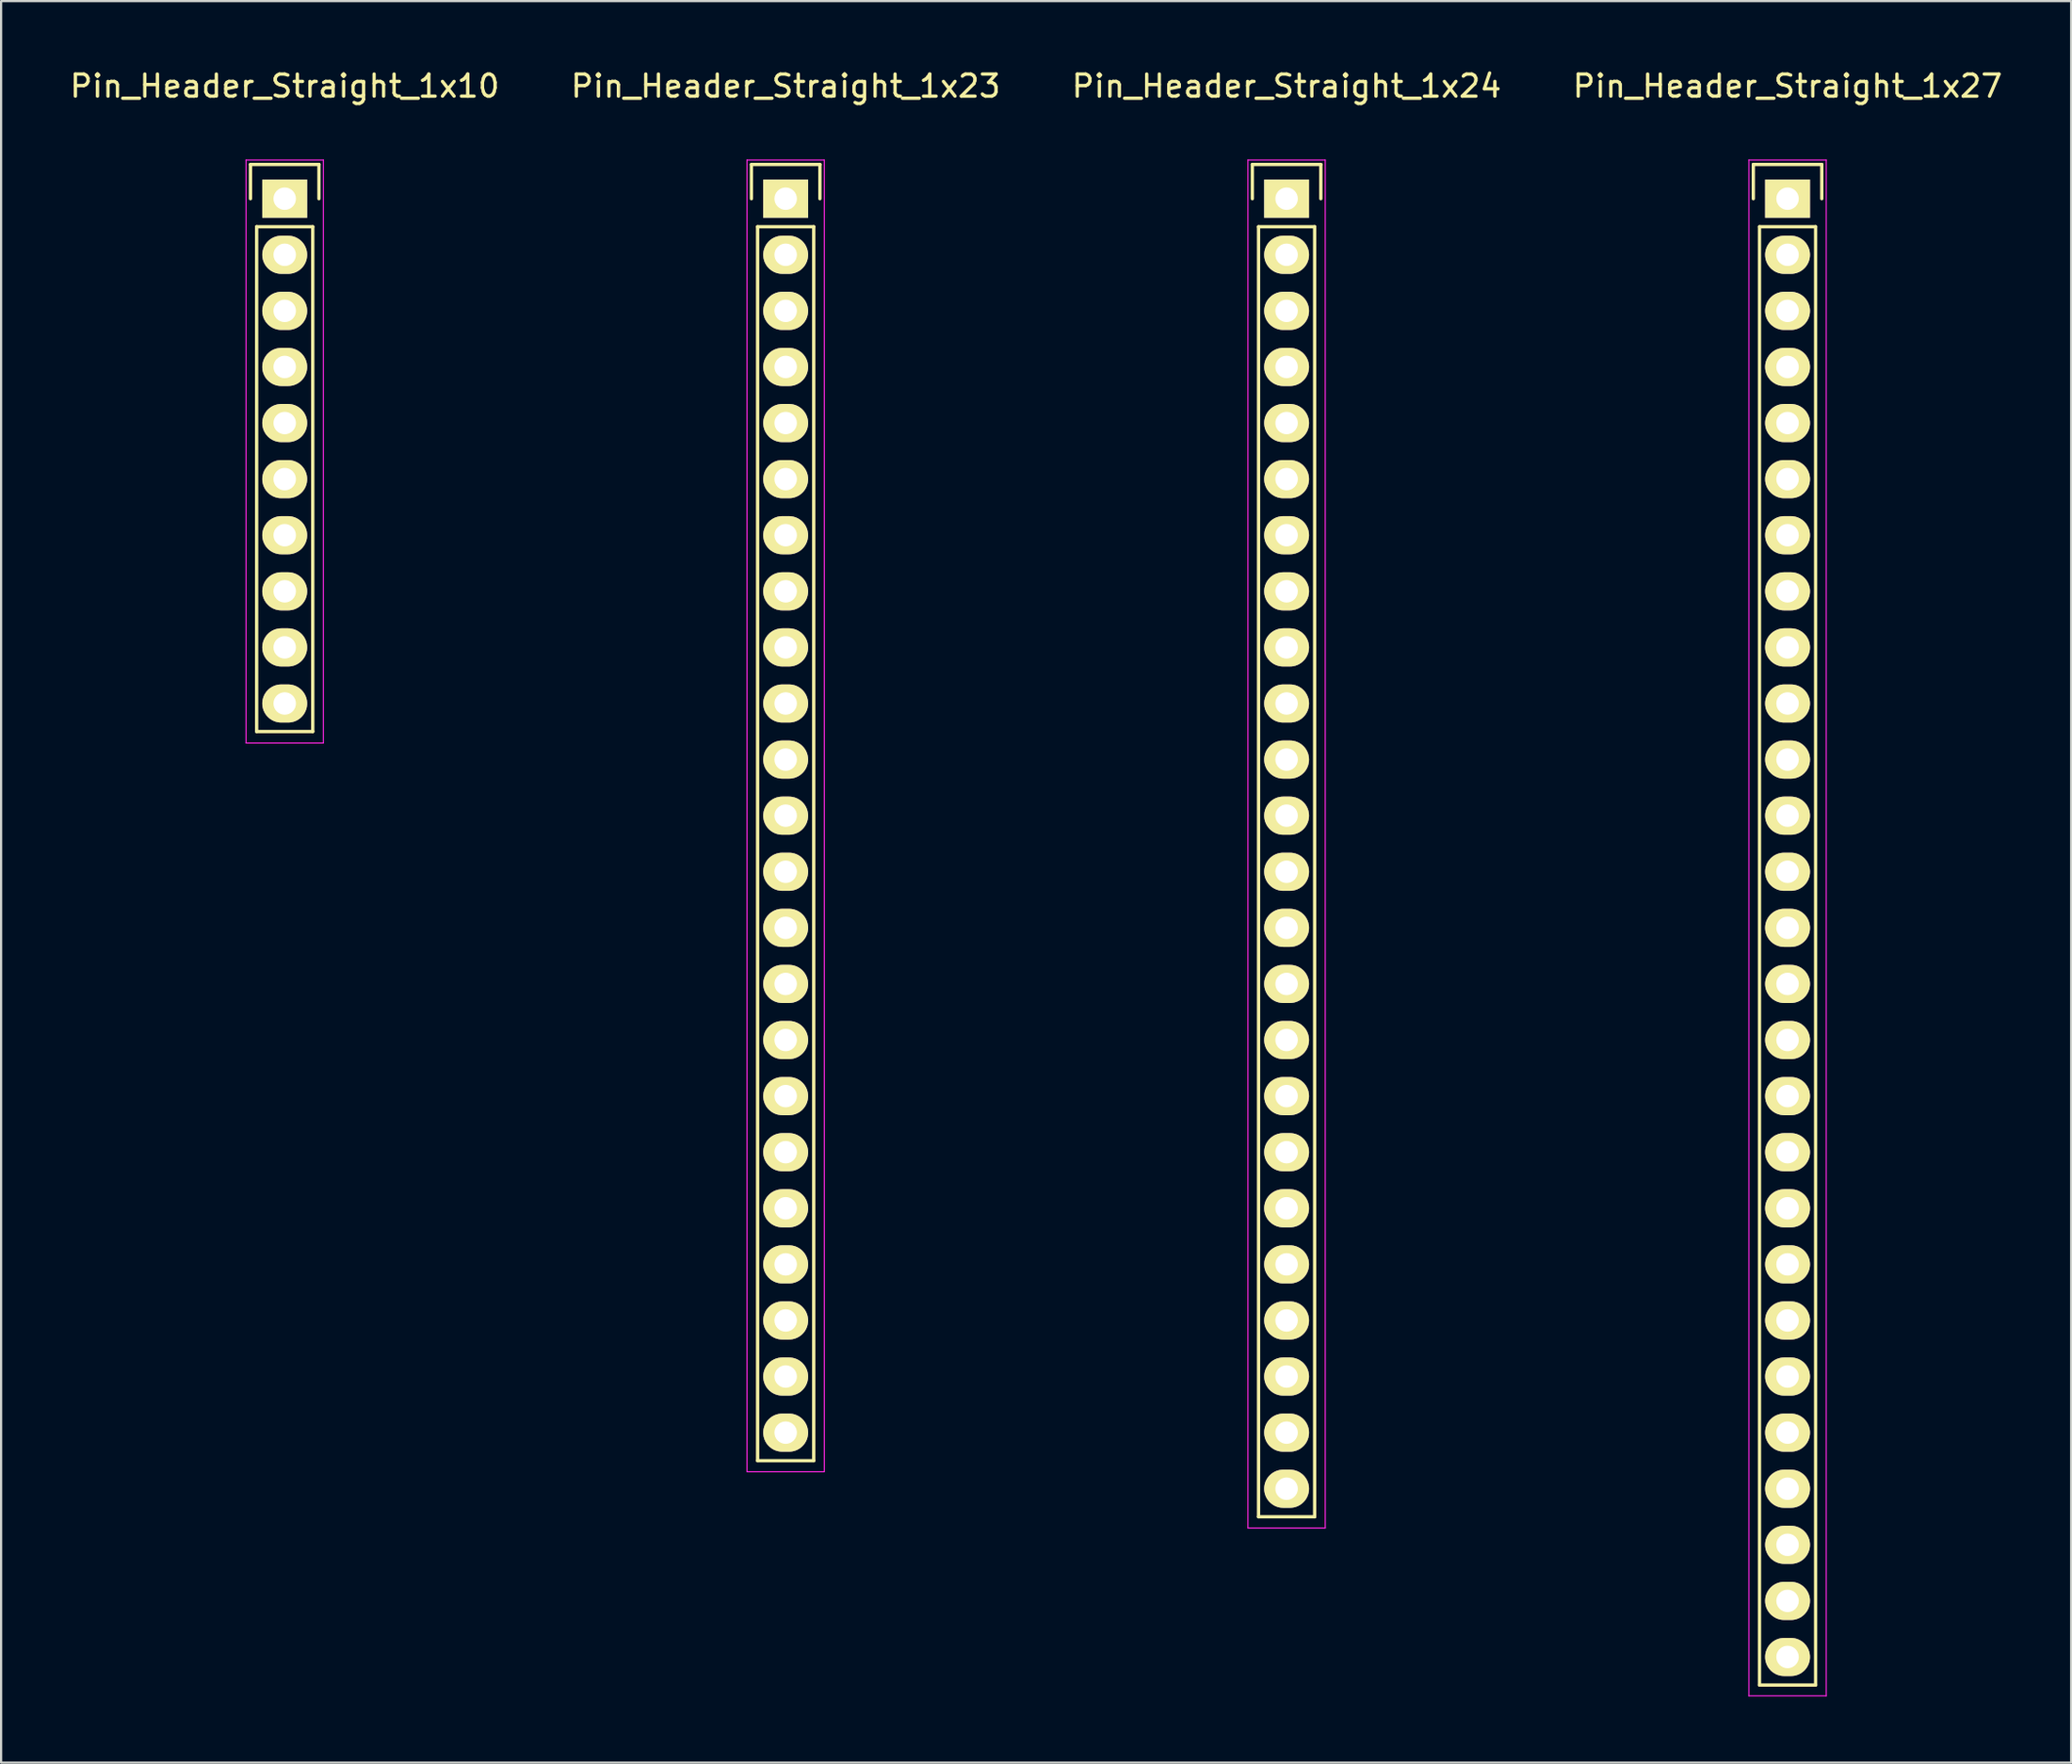
<source format=kicad_pcb>
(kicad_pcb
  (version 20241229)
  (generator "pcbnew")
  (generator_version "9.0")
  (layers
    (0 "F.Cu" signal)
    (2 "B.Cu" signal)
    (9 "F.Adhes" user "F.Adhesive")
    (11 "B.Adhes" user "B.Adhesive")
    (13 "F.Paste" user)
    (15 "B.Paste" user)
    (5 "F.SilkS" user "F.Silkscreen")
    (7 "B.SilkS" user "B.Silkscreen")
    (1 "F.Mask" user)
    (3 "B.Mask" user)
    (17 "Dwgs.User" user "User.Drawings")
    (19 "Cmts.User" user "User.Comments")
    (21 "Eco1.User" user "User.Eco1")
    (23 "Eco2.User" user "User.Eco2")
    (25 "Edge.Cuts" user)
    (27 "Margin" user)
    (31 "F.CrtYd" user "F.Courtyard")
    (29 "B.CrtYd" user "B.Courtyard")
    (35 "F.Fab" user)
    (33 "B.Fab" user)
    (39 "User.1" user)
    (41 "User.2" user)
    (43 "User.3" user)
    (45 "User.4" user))
  (footprint "Pin_Header_Straight_1x23"
    (layer "F.Cu")
    (at 32.518 5.948)
    (property "Reference" "Pin_Header_Straight_1x23" (at 0 -5.1 0) (layer "F.SilkS") (effects (font (size 1 1) (thickness 0.15))))
    (attr through_hole)
    (fp_line (start -1.55 -1.55) (end 1.55 -1.55) (stroke (width 0.15) (type solid)) (layer "F.SilkS"))
    (fp_line (start -1.55 0) (end -1.55 -1.55) (stroke (width 0.15) (type solid)) (layer "F.SilkS"))
    (fp_line (start -1.27 1.27) (end -1.27 57.15) (stroke (width 0.15) (type solid)) (layer "F.SilkS"))
    (fp_line (start -1.27 57.15) (end 1.27 57.15) (stroke (width 0.15) (type solid)) (layer "F.SilkS"))
    (fp_line (start 1.27 1.27) (end -1.27 1.27) (stroke (width 0.15) (type solid)) (layer "F.SilkS"))
    (fp_line (start 1.27 57.15) (end 1.27 1.27) (stroke (width 0.15) (type solid)) (layer "F.SilkS"))
    (fp_line (start 1.55 -1.55) (end 1.55 0) (stroke (width 0.15) (type solid)) (layer "F.SilkS"))
    (fp_line (start -1.75 -1.75) (end -1.75 57.65) (stroke (width 0.05) (type solid)) (layer "F.CrtYd"))
    (fp_line (start -1.75 -1.75) (end 1.75 -1.75) (stroke (width 0.05) (type solid)) (layer "F.CrtYd"))
    (fp_line (start -1.75 57.65) (end 1.75 57.65) (stroke (width 0.05) (type solid)) (layer "F.CrtYd"))
    (fp_line (start 1.75 -1.75) (end 1.75 57.65) (stroke (width 0.05) (type solid)) (layer "F.CrtYd"))
    (pad "1" thru_hole rect (at 0 0) (size 2.032 1.727) (drill 1.016) (layers "*.Cu" "*.Mask" "F.SilkS"))
    (pad "2" thru_hole oval (at 0 2.54) (size 2.032 1.727) (drill 1.016) (layers "*.Cu" "*.Mask" "F.SilkS"))
    (pad "3" thru_hole oval (at 0 5.08) (size 2.032 1.727) (drill 1.016) (layers "*.Cu" "*.Mask" "F.SilkS"))
    (pad "4" thru_hole oval (at 0 7.62) (size 2.032 1.727) (drill 1.016) (layers "*.Cu" "*.Mask" "F.SilkS"))
    (pad "5" thru_hole oval (at 0 10.16) (size 2.032 1.727) (drill 1.016) (layers "*.Cu" "*.Mask" "F.SilkS"))
    (pad "6" thru_hole oval (at 0 12.7) (size 2.032 1.727) (drill 1.016) (layers "*.Cu" "*.Mask" "F.SilkS"))
    (pad "7" thru_hole oval (at 0 15.24) (size 2.032 1.727) (drill 1.016) (layers "*.Cu" "*.Mask" "F.SilkS"))
    (pad "8" thru_hole oval (at 0 17.78) (size 2.032 1.727) (drill 1.016) (layers "*.Cu" "*.Mask" "F.SilkS"))
    (pad "9" thru_hole oval (at 0 20.32) (size 2.032 1.727) (drill 1.016) (layers "*.Cu" "*.Mask" "F.SilkS"))
    (pad "10" thru_hole oval (at 0 22.86) (size 2.032 1.727) (drill 1.016) (layers "*.Cu" "*.Mask" "F.SilkS"))
    (pad "11" thru_hole oval (at 0 25.4) (size 2.032 1.727) (drill 1.016) (layers "*.Cu" "*.Mask" "F.SilkS"))
    (pad "12" thru_hole oval (at 0 27.94) (size 2.032 1.727) (drill 1.016) (layers "*.Cu" "*.Mask" "F.SilkS"))
    (pad "13" thru_hole oval (at 0 30.48) (size 2.032 1.727) (drill 1.016) (layers "*.Cu" "*.Mask" "F.SilkS"))
    (pad "14" thru_hole oval (at 0 33.02) (size 2.032 1.727) (drill 1.016) (layers "*.Cu" "*.Mask" "F.SilkS"))
    (pad "15" thru_hole oval (at 0 35.56) (size 2.032 1.727) (drill 1.016) (layers "*.Cu" "*.Mask" "F.SilkS"))
    (pad "16" thru_hole oval (at 0 38.1) (size 2.032 1.727) (drill 1.016) (layers "*.Cu" "*.Mask" "F.SilkS"))
    (pad "17" thru_hole oval (at 0 40.64) (size 2.032 1.727) (drill 1.016) (layers "*.Cu" "*.Mask" "F.SilkS"))
    (pad "18" thru_hole oval (at 0 43.18) (size 2.032 1.727) (drill 1.016) (layers "*.Cu" "*.Mask" "F.SilkS"))
    (pad "19" thru_hole oval (at 0 45.72) (size 2.032 1.727) (drill 1.016) (layers "*.Cu" "*.Mask" "F.SilkS"))
    (pad "20" thru_hole oval (at 0 48.26) (size 2.032 1.727) (drill 1.016) (layers "*.Cu" "*.Mask" "F.SilkS"))
    (pad "21" thru_hole oval (at 0 50.8) (size 2.032 1.727) (drill 1.016) (layers "*.Cu" "*.Mask" "F.SilkS"))
    (pad "22" thru_hole oval (at 0 53.34) (size 2.032 1.727) (drill 1.016) (layers "*.Cu" "*.Mask" "F.SilkS"))
    (pad "23" thru_hole oval (at 0 55.88) (size 2.032 1.727) (drill 1.016) (layers "*.Cu" "*.Mask" "F.SilkS")))
  (footprint "Pin_Header_Straight_1x24"
    (layer "F.Cu")
    (at 55.196 5.948)
    (property "Reference" "Pin_Header_Straight_1x24" (at 0 -5.1 0) (layer "F.SilkS") (effects (font (size 1 1) (thickness 0.15))))
    (attr through_hole)
    (fp_line (start -1.55 -1.55) (end 1.55 -1.55) (stroke (width 0.15) (type solid)) (layer "F.SilkS"))
    (fp_line (start -1.55 0) (end -1.55 -1.55) (stroke (width 0.15) (type solid)) (layer "F.SilkS"))
    (fp_line (start -1.27 1.27) (end -1.27 59.69) (stroke (width 0.15) (type solid)) (layer "F.SilkS"))
    (fp_line (start -1.27 59.69) (end 1.27 59.69) (stroke (width 0.15) (type solid)) (layer "F.SilkS"))
    (fp_line (start 1.27 1.27) (end -1.27 1.27) (stroke (width 0.15) (type solid)) (layer "F.SilkS"))
    (fp_line (start 1.27 1.27) (end 1.27 59.69) (stroke (width 0.15) (type solid)) (layer "F.SilkS"))
    (fp_line (start 1.55 -1.55) (end 1.55 0) (stroke (width 0.15) (type solid)) (layer "F.SilkS"))
    (fp_line (start -1.75 -1.75) (end -1.75 60.2) (stroke (width 0.05) (type solid)) (layer "F.CrtYd"))
    (fp_line (start -1.75 -1.75) (end 1.75 -1.75) (stroke (width 0.05) (type solid)) (layer "F.CrtYd"))
    (fp_line (start -1.75 60.2) (end 1.75 60.2) (stroke (width 0.05) (type solid)) (layer "F.CrtYd"))
    (fp_line (start 1.75 -1.75) (end 1.75 60.2) (stroke (width 0.05) (type solid)) (layer "F.CrtYd"))
    (pad "1" thru_hole rect (at 0 0) (size 2.032 1.727) (drill 1.016) (layers "*.Cu" "*.Mask" "F.SilkS"))
    (pad "2" thru_hole oval (at 0 2.54) (size 2.032 1.727) (drill 1.016) (layers "*.Cu" "*.Mask" "F.SilkS"))
    (pad "3" thru_hole oval (at 0 5.08) (size 2.032 1.727) (drill 1.016) (layers "*.Cu" "*.Mask" "F.SilkS"))
    (pad "4" thru_hole oval (at 0 7.62) (size 2.032 1.727) (drill 1.016) (layers "*.Cu" "*.Mask" "F.SilkS"))
    (pad "5" thru_hole oval (at 0 10.16) (size 2.032 1.727) (drill 1.016) (layers "*.Cu" "*.Mask" "F.SilkS"))
    (pad "6" thru_hole oval (at 0 12.7) (size 2.032 1.727) (drill 1.016) (layers "*.Cu" "*.Mask" "F.SilkS"))
    (pad "7" thru_hole oval (at 0 15.24) (size 2.032 1.727) (drill 1.016) (layers "*.Cu" "*.Mask" "F.SilkS"))
    (pad "8" thru_hole oval (at 0 17.78) (size 2.032 1.727) (drill 1.016) (layers "*.Cu" "*.Mask" "F.SilkS"))
    (pad "9" thru_hole oval (at 0 20.32) (size 2.032 1.727) (drill 1.016) (layers "*.Cu" "*.Mask" "F.SilkS"))
    (pad "10" thru_hole oval (at 0 22.86) (size 2.032 1.727) (drill 1.016) (layers "*.Cu" "*.Mask" "F.SilkS"))
    (pad "11" thru_hole oval (at 0 25.4) (size 2.032 1.727) (drill 1.016) (layers "*.Cu" "*.Mask" "F.SilkS"))
    (pad "12" thru_hole oval (at 0 27.94) (size 2.032 1.727) (drill 1.016) (layers "*.Cu" "*.Mask" "F.SilkS"))
    (pad "13" thru_hole oval (at 0 30.48) (size 2.032 1.727) (drill 1.016) (layers "*.Cu" "*.Mask" "F.SilkS"))
    (pad "14" thru_hole oval (at 0 33.02) (size 2.032 1.727) (drill 1.016) (layers "*.Cu" "*.Mask" "F.SilkS"))
    (pad "15" thru_hole oval (at 0 35.56) (size 2.032 1.727) (drill 1.016) (layers "*.Cu" "*.Mask" "F.SilkS"))
    (pad "16" thru_hole oval (at 0 38.1) (size 2.032 1.727) (drill 1.016) (layers "*.Cu" "*.Mask" "F.SilkS"))
    (pad "17" thru_hole oval (at 0 40.64) (size 2.032 1.727) (drill 1.016) (layers "*.Cu" "*.Mask" "F.SilkS"))
    (pad "18" thru_hole oval (at 0 43.18) (size 2.032 1.727) (drill 1.016) (layers "*.Cu" "*.Mask" "F.SilkS"))
    (pad "19" thru_hole oval (at 0 45.72) (size 2.032 1.727) (drill 1.016) (layers "*.Cu" "*.Mask" "F.SilkS"))
    (pad "20" thru_hole oval (at 0 48.26) (size 2.032 1.727) (drill 1.016) (layers "*.Cu" "*.Mask" "F.SilkS"))
    (pad "21" thru_hole oval (at 0 50.8) (size 2.032 1.727) (drill 1.016) (layers "*.Cu" "*.Mask" "F.SilkS"))
    (pad "22" thru_hole oval (at 0 53.34) (size 2.032 1.727) (drill 1.016) (layers "*.Cu" "*.Mask" "F.SilkS"))
    (pad "23" thru_hole oval (at 0 55.88) (size 2.032 1.727) (drill 1.016) (layers "*.Cu" "*.Mask" "F.SilkS"))
    (pad "24" thru_hole oval (at 0 58.42) (size 2.032 1.727) (drill 1.016) (layers "*.Cu" "*.Mask" "F.SilkS")))
  (footprint "Pin_Header_Straight_1x27"
    (layer "F.Cu")
    (at 77.875 5.948)
    (property "Reference" "Pin_Header_Straight_1x27" (at 0 -5.1 0) (layer "F.SilkS") (effects (font (size 1 1) (thickness 0.15))))
    (attr through_hole)
    (fp_line (start -1.55 -1.55) (end 1.55 -1.55) (stroke (width 0.15) (type solid)) (layer "F.SilkS"))
    (fp_line (start -1.55 0) (end -1.55 -1.55) (stroke (width 0.15) (type solid)) (layer "F.SilkS"))
    (fp_line (start -1.27 1.27) (end -1.27 67.31) (stroke (width 0.15) (type solid)) (layer "F.SilkS"))
    (fp_line (start -1.27 67.31) (end 1.27 67.31) (stroke (width 0.15) (type solid)) (layer "F.SilkS"))
    (fp_line (start 1.27 1.27) (end -1.27 1.27) (stroke (width 0.15) (type solid)) (layer "F.SilkS"))
    (fp_line (start 1.27 67.31) (end 1.27 1.27) (stroke (width 0.15) (type solid)) (layer "F.SilkS"))
    (fp_line (start 1.55 -1.55) (end 1.55 0) (stroke (width 0.15) (type solid)) (layer "F.SilkS"))
    (fp_line (start -1.75 -1.75) (end -1.75 67.8) (stroke (width 0.05) (type solid)) (layer "F.CrtYd"))
    (fp_line (start -1.75 -1.75) (end 1.75 -1.75) (stroke (width 0.05) (type solid)) (layer "F.CrtYd"))
    (fp_line (start -1.75 67.8) (end 1.75 67.8) (stroke (width 0.05) (type solid)) (layer "F.CrtYd"))
    (fp_line (start 1.75 -1.75) (end 1.75 67.8) (stroke (width 0.05) (type solid)) (layer "F.CrtYd"))
    (pad "1" thru_hole rect (at 0 0) (size 2.032 1.727) (drill 1.016) (layers "*.Cu" "*.Mask" "F.SilkS"))
    (pad "2" thru_hole oval (at 0 2.54) (size 2.032 1.727) (drill 1.016) (layers "*.Cu" "*.Mask" "F.SilkS"))
    (pad "3" thru_hole oval (at 0 5.08) (size 2.032 1.727) (drill 1.016) (layers "*.Cu" "*.Mask" "F.SilkS"))
    (pad "4" thru_hole oval (at 0 7.62) (size 2.032 1.727) (drill 1.016) (layers "*.Cu" "*.Mask" "F.SilkS"))
    (pad "5" thru_hole oval (at 0 10.16) (size 2.032 1.727) (drill 1.016) (layers "*.Cu" "*.Mask" "F.SilkS"))
    (pad "6" thru_hole oval (at 0 12.7) (size 2.032 1.727) (drill 1.016) (layers "*.Cu" "*.Mask" "F.SilkS"))
    (pad "7" thru_hole oval (at 0 15.24) (size 2.032 1.727) (drill 1.016) (layers "*.Cu" "*.Mask" "F.SilkS"))
    (pad "8" thru_hole oval (at 0 17.78) (size 2.032 1.727) (drill 1.016) (layers "*.Cu" "*.Mask" "F.SilkS"))
    (pad "9" thru_hole oval (at 0 20.32) (size 2.032 1.727) (drill 1.016) (layers "*.Cu" "*.Mask" "F.SilkS"))
    (pad "10" thru_hole oval (at 0 22.86) (size 2.032 1.727) (drill 1.016) (layers "*.Cu" "*.Mask" "F.SilkS"))
    (pad "11" thru_hole oval (at 0 25.4) (size 2.032 1.727) (drill 1.016) (layers "*.Cu" "*.Mask" "F.SilkS"))
    (pad "12" thru_hole oval (at 0 27.94) (size 2.032 1.727) (drill 1.016) (layers "*.Cu" "*.Mask" "F.SilkS"))
    (pad "13" thru_hole oval (at 0 30.48) (size 2.032 1.727) (drill 1.016) (layers "*.Cu" "*.Mask" "F.SilkS"))
    (pad "14" thru_hole oval (at 0 33.02) (size 2.032 1.727) (drill 1.016) (layers "*.Cu" "*.Mask" "F.SilkS"))
    (pad "15" thru_hole oval (at 0 35.56) (size 2.032 1.727) (drill 1.016) (layers "*.Cu" "*.Mask" "F.SilkS"))
    (pad "16" thru_hole oval (at 0 38.1) (size 2.032 1.727) (drill 1.016) (layers "*.Cu" "*.Mask" "F.SilkS"))
    (pad "17" thru_hole oval (at 0 40.64) (size 2.032 1.727) (drill 1.016) (layers "*.Cu" "*.Mask" "F.SilkS"))
    (pad "18" thru_hole oval (at 0 43.18) (size 2.032 1.727) (drill 1.016) (layers "*.Cu" "*.Mask" "F.SilkS"))
    (pad "19" thru_hole oval (at 0 45.72) (size 2.032 1.727) (drill 1.016) (layers "*.Cu" "*.Mask" "F.SilkS"))
    (pad "20" thru_hole oval (at 0 48.26) (size 2.032 1.727) (drill 1.016) (layers "*.Cu" "*.Mask" "F.SilkS"))
    (pad "21" thru_hole oval (at 0 50.8) (size 2.032 1.727) (drill 1.016) (layers "*.Cu" "*.Mask" "F.SilkS"))
    (pad "22" thru_hole oval (at 0 53.34) (size 2.032 1.727) (drill 1.016) (layers "*.Cu" "*.Mask" "F.SilkS"))
    (pad "23" thru_hole oval (at 0 55.88) (size 2.032 1.727) (drill 1.016) (layers "*.Cu" "*.Mask" "F.SilkS"))
    (pad "24" thru_hole oval (at 0 58.42) (size 2.032 1.727) (drill 1.016) (layers "*.Cu" "*.Mask" "F.SilkS"))
    (pad "25" thru_hole oval (at 0 60.96) (size 2.032 1.727) (drill 1.016) (layers "*.Cu" "*.Mask" "F.SilkS"))
    (pad "26" thru_hole oval (at 0 63.5) (size 2.032 1.727) (drill 1.016) (layers "*.Cu" "*.Mask" "F.SilkS"))
    (pad "27" thru_hole oval (at 0 66.04) (size 2.032 1.727) (drill 1.016) (layers "*.Cu" "*.Mask" "F.SilkS")))
  (footprint "Pin_Header_Straight_1x10"
    (layer "F.Cu")
    (at 9.839 5.948)
    (property "Reference" "Pin_Header_Straight_1x10" (at 0 -5.1 0) (layer "F.SilkS") (effects (font (size 1 1) (thickness 0.15))))
    (attr through_hole)
    (fp_line (start -1.55 -1.55) (end 1.55 -1.55) (stroke (width 0.15) (type solid)) (layer "F.SilkS"))
    (fp_line (start -1.55 0) (end -1.55 -1.55) (stroke (width 0.15) (type solid)) (layer "F.SilkS"))
    (fp_line (start -1.27 24.13) (end -1.27 1.27) (stroke (width 0.15) (type solid)) (layer "F.SilkS"))
    (fp_line (start 1.27 1.27) (end -1.27 1.27) (stroke (width 0.15) (type solid)) (layer "F.SilkS"))
    (fp_line (start 1.27 1.27) (end 1.27 24.13) (stroke (width 0.15) (type solid)) (layer "F.SilkS"))
    (fp_line (start 1.27 24.13) (end -1.27 24.13) (stroke (width 0.15) (type solid)) (layer "F.SilkS"))
    (fp_line (start 1.55 -1.55) (end 1.55 0) (stroke (width 0.15) (type solid)) (layer "F.SilkS"))
    (fp_line (start -1.75 -1.75) (end -1.75 24.65) (stroke (width 0.05) (type solid)) (layer "F.CrtYd"))
    (fp_line (start -1.75 -1.75) (end 1.75 -1.75) (stroke (width 0.05) (type solid)) (layer "F.CrtYd"))
    (fp_line (start -1.75 24.65) (end 1.75 24.65) (stroke (width 0.05) (type solid)) (layer "F.CrtYd"))
    (fp_line (start 1.75 -1.75) (end 1.75 24.65) (stroke (width 0.05) (type solid)) (layer "F.CrtYd"))
    (pad "1" thru_hole rect (at 0 0) (size 2.032 1.727) (drill 1.016) (layers "*.Cu" "*.Mask" "F.SilkS"))
    (pad "2" thru_hole oval (at 0 2.54) (size 2.032 1.727) (drill 1.016) (layers "*.Cu" "*.Mask" "F.SilkS"))
    (pad "3" thru_hole oval (at 0 5.08) (size 2.032 1.727) (drill 1.016) (layers "*.Cu" "*.Mask" "F.SilkS"))
    (pad "4" thru_hole oval (at 0 7.62) (size 2.032 1.727) (drill 1.016) (layers "*.Cu" "*.Mask" "F.SilkS"))
    (pad "5" thru_hole oval (at 0 10.16) (size 2.032 1.727) (drill 1.016) (layers "*.Cu" "*.Mask" "F.SilkS"))
    (pad "6" thru_hole oval (at 0 12.7) (size 2.032 1.727) (drill 1.016) (layers "*.Cu" "*.Mask" "F.SilkS"))
    (pad "7" thru_hole oval (at 0 15.24) (size 2.032 1.727) (drill 1.016) (layers "*.Cu" "*.Mask" "F.SilkS"))
    (pad "8" thru_hole oval (at 0 17.78) (size 2.032 1.727) (drill 1.016) (layers "*.Cu" "*.Mask" "F.SilkS"))
    (pad "9" thru_hole oval (at 0 20.32) (size 2.032 1.727) (drill 1.016) (layers "*.Cu" "*.Mask" "F.SilkS"))
    (pad "10" thru_hole oval (at 0 22.86) (size 2.032 1.727) (drill 1.016) (layers "*.Cu" "*.Mask" "F.SilkS")))
  (gr_rect
    (start -3 -3)
    (end 90.714 76.773)
    (stroke (width 0.1) (type default))
    (fill no)
    (layer "Edge.Cuts")))
</source>
